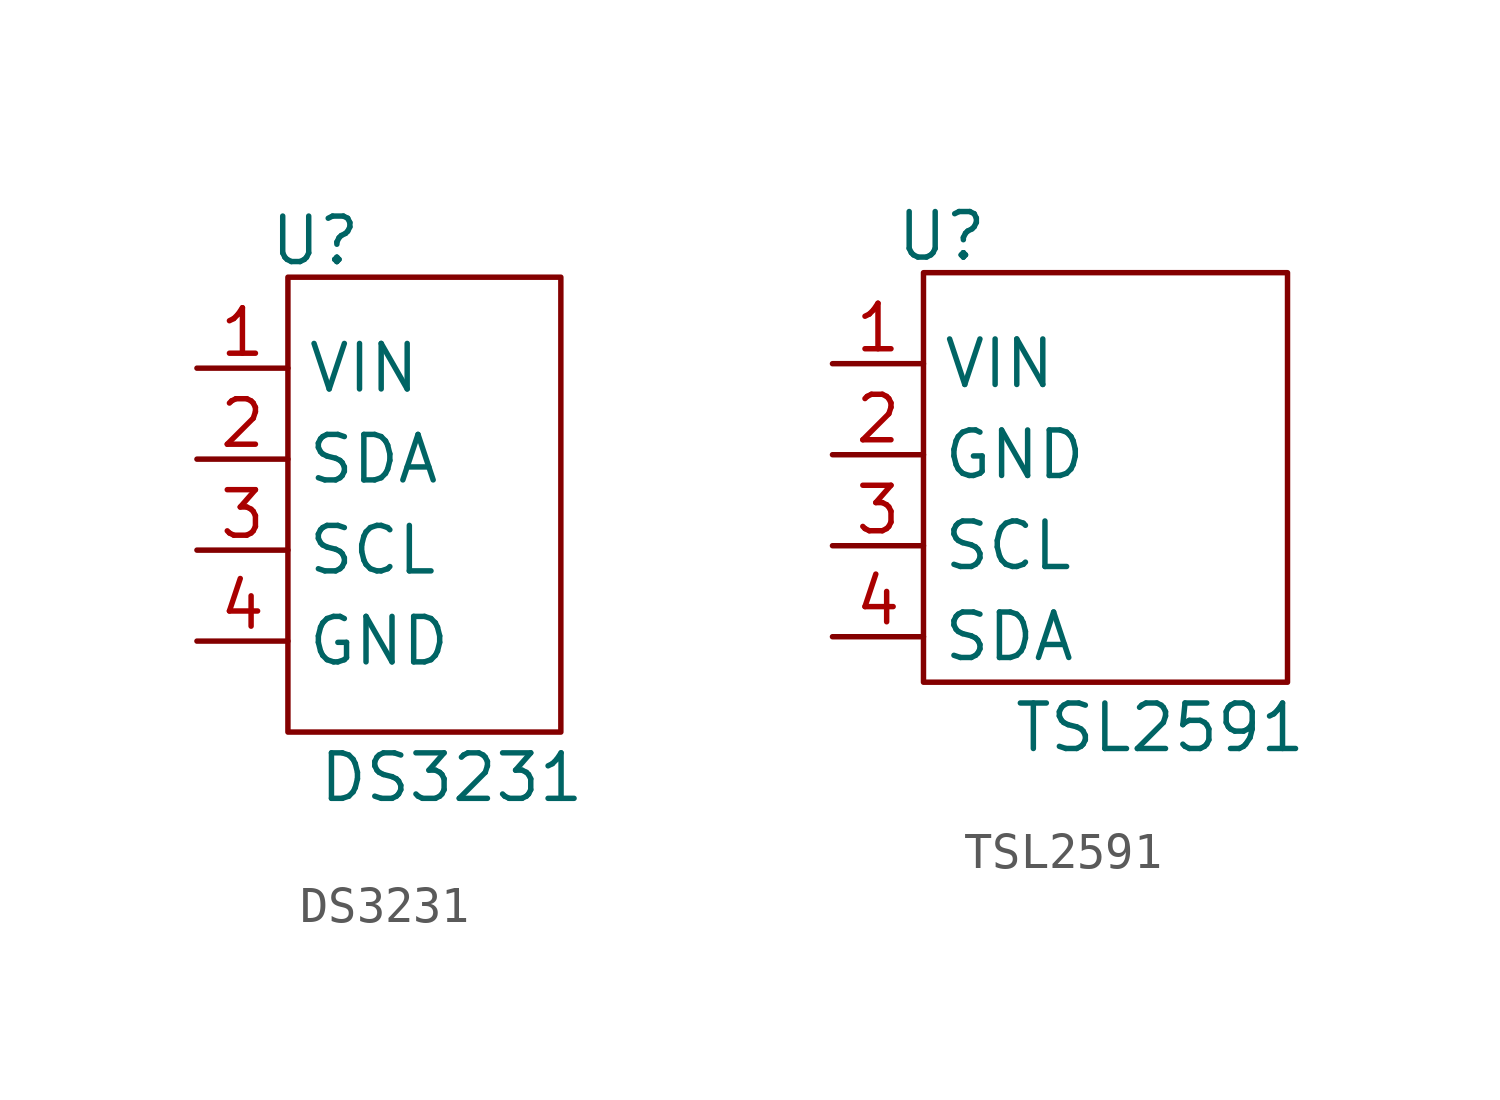
<source format=kicad_sym>
(kicad_symbol_lib
  (version 20211014)
  (generator kicad_symbol_editor)
  (symbol "DS3231"
    (property "Reference" "U"
      (at -1.778 6.096 0)
      (effects (font (size 1.27 1.27))))
    (property "Value" "DS3231"
      (at 2.032 -8.89 0)
      (effects (font (size 1.27 1.27))))
    (symbol "DS3231_0_1"
      (rectangle (start -2.54 5.08) (end 5.08 -7.62) (stroke (width 0) (type default) (color 0 0 0 0)) (fill (type none))))
    (symbol "DS3231_1_1"
      (pin input line (at -5.08 2.54 0) (length 2.54) (name "VIN" (effects (font (size 1.27 1.27)))) (number "1" (effects (font (size 1.27 1.27)))))
      (pin input line (at -5.08 0 0) (length 2.54) (name "SDA" (effects (font (size 1.27 1.27)))) (number "2" (effects (font (size 1.27 1.27)))))
      (pin input line (at -5.08 -2.54 0) (length 2.54) (name "SCL" (effects (font (size 1.27 1.27)))) (number "3" (effects (font (size 1.27 1.27)))))
      (pin input line (at -5.08 -5.08 0) (length 2.54) (name "GND" (effects (font (size 1.27 1.27)))) (number "4" (effects (font (size 1.27 1.27)))))))
  (symbol "TSL2591"
    (property "Reference" "U"
      (at -4.572 6.096 0)
      (effects (font (size 1.27 1.27))))
    (property "Value" "TSL2591"
      (at 1.524 -7.62 0)
      (effects (font (size 1.27 1.27))))
    (symbol "TSL2591_0_1"
      (rectangle (start -5.08 5.08) (end 5.08 -6.35) (stroke (width 0) (type default) (color 0 0 0 0)) (fill (type none))))
    (symbol "TSL2591_1_1"
      (pin input line (at -7.62 2.54 0) (length 2.54) (name "VIN" (effects (font (size 1.27 1.27)))) (number "1" (effects (font (size 1.27 1.27)))))
      (pin input line (at -7.62 0 0) (length 2.54) (name "GND" (effects (font (size 1.27 1.27)))) (number "2" (effects (font (size 1.27 1.27)))))
      (pin input line (at -7.62 -2.54 0) (length 2.54) (name "SCL" (effects (font (size 1.27 1.27)))) (number "3" (effects (font (size 1.27 1.27)))))
      (pin input line (at -7.62 -5.08 0) (length 2.54) (name "SDA" (effects (font (size 1.27 1.27)))) (number "4" (effects (font (size 1.27 1.27))))))))
</source>
